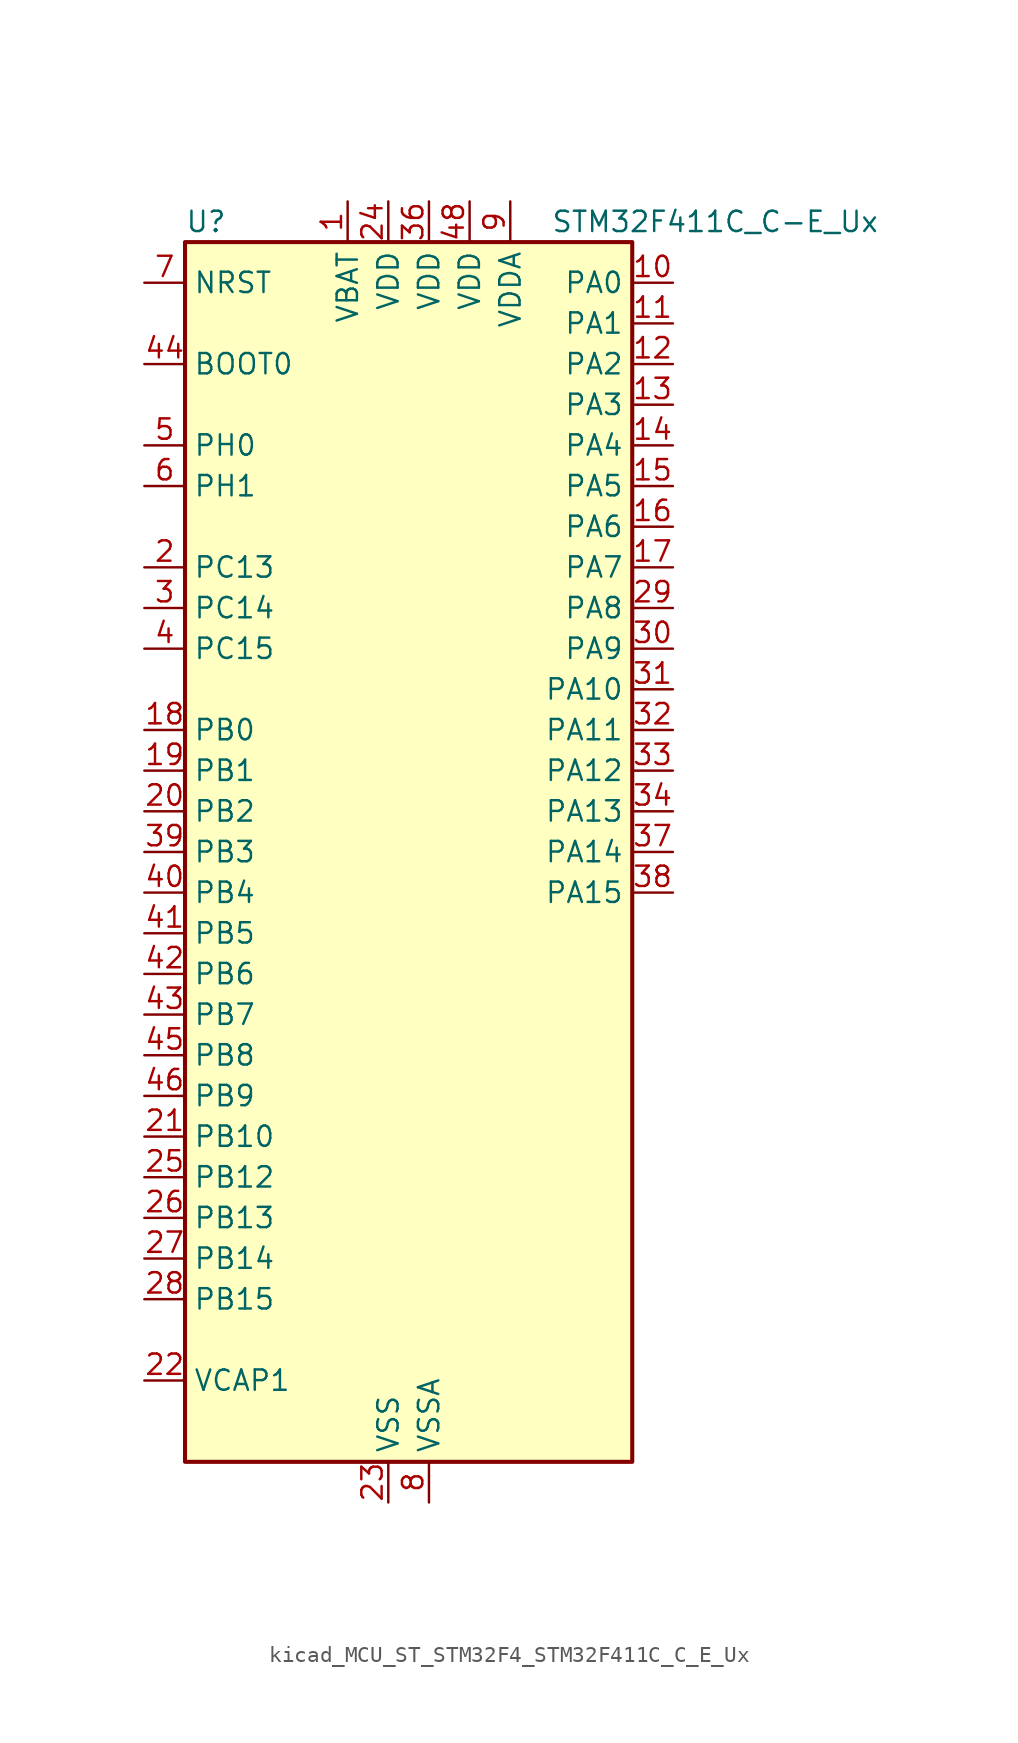
<source format=kicad_sym>
(kicad_symbol_lib
  (version 20220914)
  (generator kicad_symbol_editor)
  (symbol "kicad_MCU_ST_STM32F4_STM32F411C_C_E_Ux"
    (property "Reference" "U"
      (at -12.7 39.37 0)
      (effects (font (size 1.27 1.27)) (justify left)))
    (property "Value" "STM32F411C_C-E_Ux"
      (at 10.16 39.37 0)
      (effects (font (size 1.27 1.27)) (justify left)))
    (property "ki_locked" ""
      (at 0 0 0)
      (effects (font (size 1.27 1.27))))
    (symbol "kicad_MCU_ST_STM32F4_STM32F411C_C_E_Ux_0_1"
      (rectangle (start -12.7 -38.1) (end 15.24 38.1) (stroke (width 0.254) (type default)) (fill (type background))))
    (symbol "kicad_MCU_ST_STM32F4_STM32F411C_C_E_Ux_1_1"
      (pin power_in line (at -2.54 40.64 270) (length 2.54) (name "VBAT" (effects (font (size 1.27 1.27)))) (number "1" (effects (font (size 1.27 1.27)))))
      (pin bidirectional line (at 17.78 35.56 180) (length 2.54) (name "PA0" (effects (font (size 1.27 1.27)))) (number "10" (effects (font (size 1.27 1.27)))) (alternate "ADC1_IN0" bidirectional line) (alternate "SYS_WKUP" bidirectional line) (alternate "TIM2_CH1" bidirectional line) (alternate "TIM2_ETR" bidirectional line) (alternate "TIM5_CH1" bidirectional line) (alternate "USART2_CTS" bidirectional line))
      (pin bidirectional line (at 17.78 33.02 180) (length 2.54) (name "PA1" (effects (font (size 1.27 1.27)))) (number "11" (effects (font (size 1.27 1.27)))) (alternate "ADC1_IN1" bidirectional line) (alternate "I2S4_SD" bidirectional line) (alternate "SPI4_MOSI" bidirectional line) (alternate "TIM2_CH2" bidirectional line) (alternate "TIM5_CH2" bidirectional line) (alternate "USART2_RTS" bidirectional line))
      (pin bidirectional line (at 17.78 30.48 180) (length 2.54) (name "PA2" (effects (font (size 1.27 1.27)))) (number "12" (effects (font (size 1.27 1.27)))) (alternate "ADC1_IN2" bidirectional line) (alternate "I2S_CKIN" bidirectional line) (alternate "TIM2_CH3" bidirectional line) (alternate "TIM5_CH3" bidirectional line) (alternate "TIM9_CH1" bidirectional line) (alternate "USART2_TX" bidirectional line))
      (pin bidirectional line (at 17.78 27.94 180) (length 2.54) (name "PA3" (effects (font (size 1.27 1.27)))) (number "13" (effects (font (size 1.27 1.27)))) (alternate "ADC1_IN3" bidirectional line) (alternate "I2S2_MCK" bidirectional line) (alternate "TIM2_CH4" bidirectional line) (alternate "TIM5_CH4" bidirectional line) (alternate "TIM9_CH2" bidirectional line) (alternate "USART2_RX" bidirectional line))
      (pin bidirectional line (at 17.78 25.4 180) (length 2.54) (name "PA4" (effects (font (size 1.27 1.27)))) (number "14" (effects (font (size 1.27 1.27)))) (alternate "ADC1_IN4" bidirectional line) (alternate "I2S1_WS" bidirectional line) (alternate "I2S3_WS" bidirectional line) (alternate "SPI1_NSS" bidirectional line) (alternate "SPI3_NSS" bidirectional line) (alternate "USART2_CK" bidirectional line))
      (pin bidirectional line (at 17.78 22.86 180) (length 2.54) (name "PA5" (effects (font (size 1.27 1.27)))) (number "15" (effects (font (size 1.27 1.27)))) (alternate "ADC1_IN5" bidirectional line) (alternate "I2S1_CK" bidirectional line) (alternate "SPI1_SCK" bidirectional line) (alternate "TIM2_CH1" bidirectional line) (alternate "TIM2_ETR" bidirectional line))
      (pin bidirectional line (at 17.78 20.32 180) (length 2.54) (name "PA6" (effects (font (size 1.27 1.27)))) (number "16" (effects (font (size 1.27 1.27)))) (alternate "ADC1_IN6" bidirectional line) (alternate "I2S2_MCK" bidirectional line) (alternate "SDIO_CMD" bidirectional line) (alternate "SPI1_MISO" bidirectional line) (alternate "TIM1_BKIN" bidirectional line) (alternate "TIM3_CH1" bidirectional line))
      (pin bidirectional line (at 17.78 17.78 180) (length 2.54) (name "PA7" (effects (font (size 1.27 1.27)))) (number "17" (effects (font (size 1.27 1.27)))) (alternate "ADC1_IN7" bidirectional line) (alternate "I2S1_SD" bidirectional line) (alternate "SPI1_MOSI" bidirectional line) (alternate "TIM1_CH1N" bidirectional line) (alternate "TIM3_CH2" bidirectional line))
      (pin bidirectional line (at -15.24 7.62 0) (length 2.54) (name "PB0" (effects (font (size 1.27 1.27)))) (number "18" (effects (font (size 1.27 1.27)))) (alternate "ADC1_IN8" bidirectional line) (alternate "I2S5_CK" bidirectional line) (alternate "SPI5_SCK" bidirectional line) (alternate "TIM1_CH2N" bidirectional line) (alternate "TIM3_CH3" bidirectional line))
      (pin bidirectional line (at -15.24 5.08 0) (length 2.54) (name "PB1" (effects (font (size 1.27 1.27)))) (number "19" (effects (font (size 1.27 1.27)))) (alternate "ADC1_IN9" bidirectional line) (alternate "I2S5_WS" bidirectional line) (alternate "SPI5_NSS" bidirectional line) (alternate "TIM1_CH3N" bidirectional line) (alternate "TIM3_CH4" bidirectional line))
      (pin bidirectional line (at -15.24 17.78 0) (length 2.54) (name "PC13" (effects (font (size 1.27 1.27)))) (number "2" (effects (font (size 1.27 1.27)))) (alternate "RTC_AF1" bidirectional line))
      (pin bidirectional line (at -15.24 2.54 0) (length 2.54) (name "PB2" (effects (font (size 1.27 1.27)))) (number "20" (effects (font (size 1.27 1.27)))))
      (pin bidirectional line (at -15.24 -17.78 0) (length 2.54) (name "PB10" (effects (font (size 1.27 1.27)))) (number "21" (effects (font (size 1.27 1.27)))) (alternate "I2C2_SCL" bidirectional line) (alternate "I2S2_CK" bidirectional line) (alternate "I2S3_MCK" bidirectional line) (alternate "SDIO_D7" bidirectional line) (alternate "SPI2_SCK" bidirectional line) (alternate "TIM2_CH3" bidirectional line))
      (pin power_out line (at -15.24 -33.02 0) (length 2.54) (name "VCAP1" (effects (font (size 1.27 1.27)))) (number "22" (effects (font (size 1.27 1.27)))))
      (pin power_in line (at 0 -40.64 90) (length 2.54) (name "VSS" (effects (font (size 1.27 1.27)))) (number "23" (effects (font (size 1.27 1.27)))))
      (pin power_in line (at 0 40.64 270) (length 2.54) (name "VDD" (effects (font (size 1.27 1.27)))) (number "24" (effects (font (size 1.27 1.27)))))
      (pin bidirectional line (at -15.24 -20.32 0) (length 2.54) (name "PB12" (effects (font (size 1.27 1.27)))) (number "25" (effects (font (size 1.27 1.27)))) (alternate "I2C2_SMBA" bidirectional line) (alternate "I2S2_WS" bidirectional line) (alternate "I2S3_CK" bidirectional line) (alternate "I2S4_WS" bidirectional line) (alternate "SPI2_NSS" bidirectional line) (alternate "SPI3_SCK" bidirectional line) (alternate "SPI4_NSS" bidirectional line) (alternate "TIM1_BKIN" bidirectional line))
      (pin bidirectional line (at -15.24 -22.86 0) (length 2.54) (name "PB13" (effects (font (size 1.27 1.27)))) (number "26" (effects (font (size 1.27 1.27)))) (alternate "I2S2_CK" bidirectional line) (alternate "I2S4_CK" bidirectional line) (alternate "SPI2_SCK" bidirectional line) (alternate "SPI4_SCK" bidirectional line) (alternate "TIM1_CH1N" bidirectional line))
      (pin bidirectional line (at -15.24 -25.4 0) (length 2.54) (name "PB14" (effects (font (size 1.27 1.27)))) (number "27" (effects (font (size 1.27 1.27)))) (alternate "I2S2_ext_SD" bidirectional line) (alternate "SDIO_D6" bidirectional line) (alternate "SPI2_MISO" bidirectional line) (alternate "TIM1_CH2N" bidirectional line))
      (pin bidirectional line (at -15.24 -27.94 0) (length 2.54) (name "PB15" (effects (font (size 1.27 1.27)))) (number "28" (effects (font (size 1.27 1.27)))) (alternate "ADC1_EXTI15" bidirectional line) (alternate "I2S2_SD" bidirectional line) (alternate "RTC_REFIN" bidirectional line) (alternate "SDIO_CK" bidirectional line) (alternate "SPI2_MOSI" bidirectional line) (alternate "TIM1_CH3N" bidirectional line))
      (pin bidirectional line (at 17.78 15.24 180) (length 2.54) (name "PA8" (effects (font (size 1.27 1.27)))) (number "29" (effects (font (size 1.27 1.27)))) (alternate "I2C3_SCL" bidirectional line) (alternate "RCC_MCO_1" bidirectional line) (alternate "SDIO_D1" bidirectional line) (alternate "TIM1_CH1" bidirectional line) (alternate "USART1_CK" bidirectional line) (alternate "USB_OTG_FS_SOF" bidirectional line))
      (pin bidirectional line (at -15.24 15.24 0) (length 2.54) (name "PC14" (effects (font (size 1.27 1.27)))) (number "3" (effects (font (size 1.27 1.27)))) (alternate "RCC_OSC32_IN" bidirectional line))
      (pin bidirectional line (at 17.78 12.7 180) (length 2.54) (name "PA9" (effects (font (size 1.27 1.27)))) (number "30" (effects (font (size 1.27 1.27)))) (alternate "I2C3_SMBA" bidirectional line) (alternate "SDIO_D2" bidirectional line) (alternate "TIM1_CH2" bidirectional line) (alternate "USART1_TX" bidirectional line) (alternate "USB_OTG_FS_VBUS" bidirectional line))
      (pin bidirectional line (at 17.78 10.16 180) (length 2.54) (name "PA10" (effects (font (size 1.27 1.27)))) (number "31" (effects (font (size 1.27 1.27)))) (alternate "I2S5_SD" bidirectional line) (alternate "SPI5_MOSI" bidirectional line) (alternate "TIM1_CH3" bidirectional line) (alternate "USART1_RX" bidirectional line) (alternate "USB_OTG_FS_ID" bidirectional line))
      (pin bidirectional line (at 17.78 7.62 180) (length 2.54) (name "PA11" (effects (font (size 1.27 1.27)))) (number "32" (effects (font (size 1.27 1.27)))) (alternate "ADC1_EXTI11" bidirectional line) (alternate "SPI4_MISO" bidirectional line) (alternate "TIM1_CH4" bidirectional line) (alternate "USART1_CTS" bidirectional line) (alternate "USART6_TX" bidirectional line) (alternate "USB_OTG_FS_DM" bidirectional line))
      (pin bidirectional line (at 17.78 5.08 180) (length 2.54) (name "PA12" (effects (font (size 1.27 1.27)))) (number "33" (effects (font (size 1.27 1.27)))) (alternate "SPI5_MISO" bidirectional line) (alternate "TIM1_ETR" bidirectional line) (alternate "USART1_RTS" bidirectional line) (alternate "USART6_RX" bidirectional line) (alternate "USB_OTG_FS_DP" bidirectional line))
      (pin bidirectional line (at 17.78 2.54 180) (length 2.54) (name "PA13" (effects (font (size 1.27 1.27)))) (number "34" (effects (font (size 1.27 1.27)))) (alternate "SYS_JTMS-SWDIO" bidirectional line))
      (pin passive line (at 0 -40.64 90) (length 2.54) hide (name "VSS" (effects (font (size 1.27 1.27)))) (number "35" (effects (font (size 1.27 1.27)))))
      (pin power_in line (at 2.54 40.64 270) (length 2.54) (name "VDD" (effects (font (size 1.27 1.27)))) (number "36" (effects (font (size 1.27 1.27)))))
      (pin bidirectional line (at 17.78 0 180) (length 2.54) (name "PA14" (effects (font (size 1.27 1.27)))) (number "37" (effects (font (size 1.27 1.27)))) (alternate "SYS_JTCK-SWCLK" bidirectional line))
      (pin bidirectional line (at 17.78 -2.54 180) (length 2.54) (name "PA15" (effects (font (size 1.27 1.27)))) (number "38" (effects (font (size 1.27 1.27)))) (alternate "ADC1_EXTI15" bidirectional line) (alternate "I2S1_WS" bidirectional line) (alternate "I2S3_WS" bidirectional line) (alternate "SPI1_NSS" bidirectional line) (alternate "SPI3_NSS" bidirectional line) (alternate "SYS_JTDI" bidirectional line) (alternate "TIM2_CH1" bidirectional line) (alternate "TIM2_ETR" bidirectional line) (alternate "USART1_TX" bidirectional line))
      (pin bidirectional line (at -15.24 0 0) (length 2.54) (name "PB3" (effects (font (size 1.27 1.27)))) (number "39" (effects (font (size 1.27 1.27)))) (alternate "I2C2_SDA" bidirectional line) (alternate "I2S1_CK" bidirectional line) (alternate "I2S3_CK" bidirectional line) (alternate "SPI1_SCK" bidirectional line) (alternate "SPI3_SCK" bidirectional line) (alternate "SYS_JTDO-SWO" bidirectional line) (alternate "TIM2_CH2" bidirectional line) (alternate "USART1_RX" bidirectional line))
      (pin bidirectional line (at -15.24 12.7 0) (length 2.54) (name "PC15" (effects (font (size 1.27 1.27)))) (number "4" (effects (font (size 1.27 1.27)))) (alternate "ADC1_EXTI15" bidirectional line) (alternate "RCC_OSC32_OUT" bidirectional line))
      (pin bidirectional line (at -15.24 -2.54 0) (length 2.54) (name "PB4" (effects (font (size 1.27 1.27)))) (number "40" (effects (font (size 1.27 1.27)))) (alternate "I2C3_SDA" bidirectional line) (alternate "I2S3_ext_SD" bidirectional line) (alternate "SDIO_D0" bidirectional line) (alternate "SPI1_MISO" bidirectional line) (alternate "SPI3_MISO" bidirectional line) (alternate "SYS_JTRST" bidirectional line) (alternate "TIM3_CH1" bidirectional line))
      (pin bidirectional line (at -15.24 -5.08 0) (length 2.54) (name "PB5" (effects (font (size 1.27 1.27)))) (number "41" (effects (font (size 1.27 1.27)))) (alternate "I2C1_SMBA" bidirectional line) (alternate "I2S1_SD" bidirectional line) (alternate "I2S3_SD" bidirectional line) (alternate "SDIO_D3" bidirectional line) (alternate "SPI1_MOSI" bidirectional line) (alternate "SPI3_MOSI" bidirectional line) (alternate "TIM3_CH2" bidirectional line))
      (pin bidirectional line (at -15.24 -7.62 0) (length 2.54) (name "PB6" (effects (font (size 1.27 1.27)))) (number "42" (effects (font (size 1.27 1.27)))) (alternate "I2C1_SCL" bidirectional line) (alternate "TIM4_CH1" bidirectional line) (alternate "USART1_TX" bidirectional line))
      (pin bidirectional line (at -15.24 -10.16 0) (length 2.54) (name "PB7" (effects (font (size 1.27 1.27)))) (number "43" (effects (font (size 1.27 1.27)))) (alternate "I2C1_SDA" bidirectional line) (alternate "SDIO_D0" bidirectional line) (alternate "TIM4_CH2" bidirectional line) (alternate "USART1_RX" bidirectional line))
      (pin input line (at -15.24 30.48 0) (length 2.54) (name "BOOT0" (effects (font (size 1.27 1.27)))) (number "44" (effects (font (size 1.27 1.27)))))
      (pin bidirectional line (at -15.24 -12.7 0) (length 2.54) (name "PB8" (effects (font (size 1.27 1.27)))) (number "45" (effects (font (size 1.27 1.27)))) (alternate "I2C1_SCL" bidirectional line) (alternate "I2C3_SDA" bidirectional line) (alternate "I2S5_SD" bidirectional line) (alternate "SDIO_D4" bidirectional line) (alternate "SPI5_MOSI" bidirectional line) (alternate "TIM10_CH1" bidirectional line) (alternate "TIM4_CH3" bidirectional line))
      (pin bidirectional line (at -15.24 -15.24 0) (length 2.54) (name "PB9" (effects (font (size 1.27 1.27)))) (number "46" (effects (font (size 1.27 1.27)))) (alternate "I2C1_SDA" bidirectional line) (alternate "I2C2_SDA" bidirectional line) (alternate "I2S2_WS" bidirectional line) (alternate "SDIO_D5" bidirectional line) (alternate "SPI2_NSS" bidirectional line) (alternate "TIM11_CH1" bidirectional line) (alternate "TIM4_CH4" bidirectional line))
      (pin passive line (at 0 -40.64 90) (length 2.54) hide (name "VSS" (effects (font (size 1.27 1.27)))) (number "47" (effects (font (size 1.27 1.27)))))
      (pin power_in line (at 5.08 40.64 270) (length 2.54) (name "VDD" (effects (font (size 1.27 1.27)))) (number "48" (effects (font (size 1.27 1.27)))))
      (pin passive line (at 0 -40.64 90) (length 2.54) hide (name "VSS" (effects (font (size 1.27 1.27)))) (number "49" (effects (font (size 1.27 1.27)))))
      (pin bidirectional line (at -15.24 25.4 0) (length 2.54) (name "PH0" (effects (font (size 1.27 1.27)))) (number "5" (effects (font (size 1.27 1.27)))) (alternate "RCC_OSC_IN" bidirectional line))
      (pin bidirectional line (at -15.24 22.86 0) (length 2.54) (name "PH1" (effects (font (size 1.27 1.27)))) (number "6" (effects (font (size 1.27 1.27)))) (alternate "RCC_OSC_OUT" bidirectional line))
      (pin input line (at -15.24 35.56 0) (length 2.54) (name "NRST" (effects (font (size 1.27 1.27)))) (number "7" (effects (font (size 1.27 1.27)))))
      (pin power_in line (at 2.54 -40.64 90) (length 2.54) (name "VSSA" (effects (font (size 1.27 1.27)))) (number "8" (effects (font (size 1.27 1.27)))))
      (pin power_in line (at 7.62 40.64 270) (length 2.54) (name "VDDA" (effects (font (size 1.27 1.27)))) (number "9" (effects (font (size 1.27 1.27))))))))
</source>
